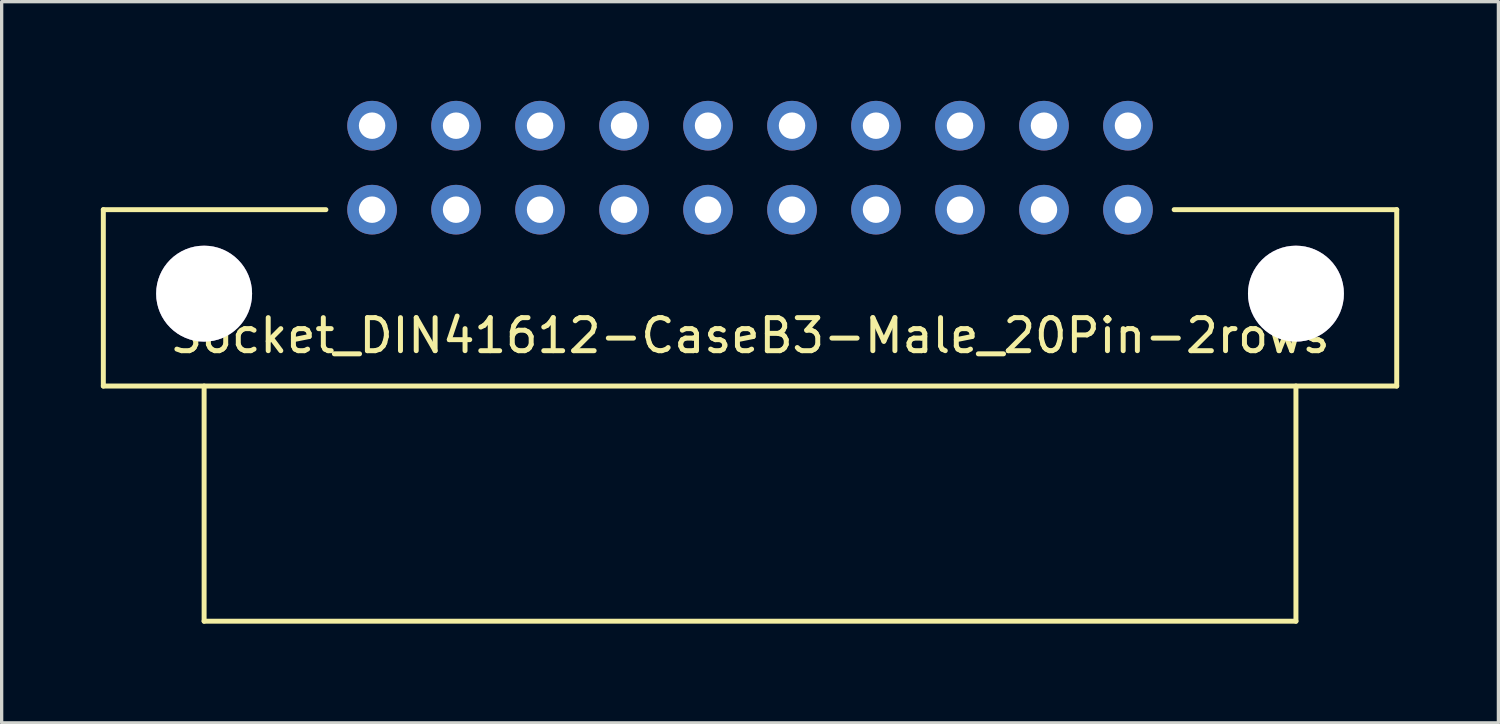
<source format=kicad_pcb>
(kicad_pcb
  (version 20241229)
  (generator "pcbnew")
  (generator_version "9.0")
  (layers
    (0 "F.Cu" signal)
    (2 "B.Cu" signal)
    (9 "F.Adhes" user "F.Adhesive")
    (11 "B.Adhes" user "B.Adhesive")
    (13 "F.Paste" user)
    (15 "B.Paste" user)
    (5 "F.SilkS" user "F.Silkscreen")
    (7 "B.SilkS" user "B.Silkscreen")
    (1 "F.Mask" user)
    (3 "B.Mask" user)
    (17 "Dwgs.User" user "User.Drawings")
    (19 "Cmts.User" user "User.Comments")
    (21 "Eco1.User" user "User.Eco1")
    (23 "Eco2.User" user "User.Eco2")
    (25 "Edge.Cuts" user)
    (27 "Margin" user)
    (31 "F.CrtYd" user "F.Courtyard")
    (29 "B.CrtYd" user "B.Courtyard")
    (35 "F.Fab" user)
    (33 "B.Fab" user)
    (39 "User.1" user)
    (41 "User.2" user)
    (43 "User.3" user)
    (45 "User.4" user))
  (footprint "Socket_DIN41612-CaseB3-Male_20Pin-2rows"
    (layer "F.Cu")
    (at 19.633 2.021)
    (property "Reference" "Socket_DIN41612-CaseB3-Male_20Pin-2rows" (at 0 5.08 0) (layer "F.SilkS") (effects (font (size 1 1) (thickness 0.15))))
    (attr through_hole)
    (fp_line (start -19.558 1.27) (end -12.827 1.27) (stroke (width 0.15) (type solid)) (layer "F.SilkS"))
    (fp_line (start -19.558 6.604) (end -19.558 1.27) (stroke (width 0.15) (type solid)) (layer "F.SilkS"))
    (fp_line (start -16.51 13.716) (end -16.51 6.604) (stroke (width 0.15) (type solid)) (layer "F.SilkS"))
    (fp_line (start 16.51 6.604) (end 16.51 13.716) (stroke (width 0.15) (type solid)) (layer "F.SilkS"))
    (fp_line (start 16.51 13.716) (end -16.51 13.716) (stroke (width 0.15) (type solid)) (layer "F.SilkS"))
    (fp_line (start 19.558 1.27) (end 12.827 1.27) (stroke (width 0.15) (type solid)) (layer "F.SilkS"))
    (fp_line (start 19.558 1.27) (end 19.558 6.604) (stroke (width 0.15) (type solid)) (layer "F.SilkS"))
    (fp_line (start 19.558 6.604) (end -19.558 6.604) (stroke (width 0.15) (type solid)) (layer "F.SilkS"))
    (pad "1" thru_hole circle (at -16.51 3.81) (size 2.901 2.901) (drill 2.901) (layers "*.Cu" "*.Mask"))
    (pad "1" thru_hole circle (at 16.51 3.81) (size 2.901 2.901) (drill 2.901) (layers "*.Cu" "*.Mask"))
    (pad "1a" thru_hole circle (at 11.43 -1.27 180) (size 1.501 1.501) (drill 0.8) (layers "*.Cu" "*.Mask"))
    (pad "1b" thru_hole circle (at 11.43 1.27 180) (size 1.501 1.501) (drill 0.8) (layers "*.Cu" "*.Mask"))
    (pad "2a" thru_hole circle (at 8.89 -1.27 180) (size 1.501 1.501) (drill 0.8) (layers "*.Cu" "*.Mask"))
    (pad "2b" thru_hole circle (at 8.89 1.27 180) (size 1.501 1.501) (drill 0.8) (layers "*.Cu" "*.Mask"))
    (pad "3a" thru_hole circle (at 6.35 -1.27 180) (size 1.501 1.501) (drill 0.8) (layers "*.Cu" "*.Mask"))
    (pad "3b" thru_hole circle (at 6.35 1.27 180) (size 1.501 1.501) (drill 0.8) (layers "*.Cu" "*.Mask"))
    (pad "4a" thru_hole circle (at 3.81 -1.27 180) (size 1.501 1.501) (drill 0.8) (layers "*.Cu" "*.Mask"))
    (pad "4b" thru_hole circle (at 3.81 1.27 180) (size 1.501 1.501) (drill 0.8) (layers "*.Cu" "*.Mask"))
    (pad "5a" thru_hole circle (at 1.27 -1.27 180) (size 1.501 1.501) (drill 0.8) (layers "*.Cu" "*.Mask"))
    (pad "5b" thru_hole circle (at 1.27 1.27 180) (size 1.501 1.501) (drill 0.8) (layers "*.Cu" "*.Mask"))
    (pad "6a" thru_hole circle (at -1.27 -1.27 180) (size 1.501 1.501) (drill 0.8) (layers "*.Cu" "*.Mask"))
    (pad "6b" thru_hole circle (at -1.27 1.27 180) (size 1.501 1.501) (drill 0.8) (layers "*.Cu" "*.Mask"))
    (pad "7a" thru_hole circle (at -3.81 -1.27 180) (size 1.501 1.501) (drill 0.8) (layers "*.Cu" "*.Mask"))
    (pad "7b" thru_hole circle (at -3.81 1.27 180) (size 1.501 1.501) (drill 0.8) (layers "*.Cu" "*.Mask"))
    (pad "8a" thru_hole circle (at -6.35 -1.27 180) (size 1.501 1.501) (drill 0.8) (layers "*.Cu" "*.Mask"))
    (pad "8b" thru_hole circle (at -6.35 1.27 180) (size 1.501 1.501) (drill 0.8) (layers "*.Cu" "*.Mask"))
    (pad "9a" thru_hole circle (at -8.89 -1.27 180) (size 1.501 1.501) (drill 0.8) (layers "*.Cu" "*.Mask"))
    (pad "9b" thru_hole circle (at -8.89 1.27 180) (size 1.501 1.501) (drill 0.8) (layers "*.Cu" "*.Mask"))
    (pad "10a" thru_hole circle (at -11.43 -1.27 180) (size 1.501 1.501) (drill 0.8) (layers "*.Cu" "*.Mask"))
    (pad "10b" thru_hole circle (at -11.43 1.27 180) (size 1.501 1.501) (drill 0.8) (layers "*.Cu" "*.Mask")))
  (gr_rect
    (start -3 -3)
    (end 42.266 18.812)
    (stroke (width 0.1) (type default))
    (fill no)
    (layer "Edge.Cuts")))
</source>
